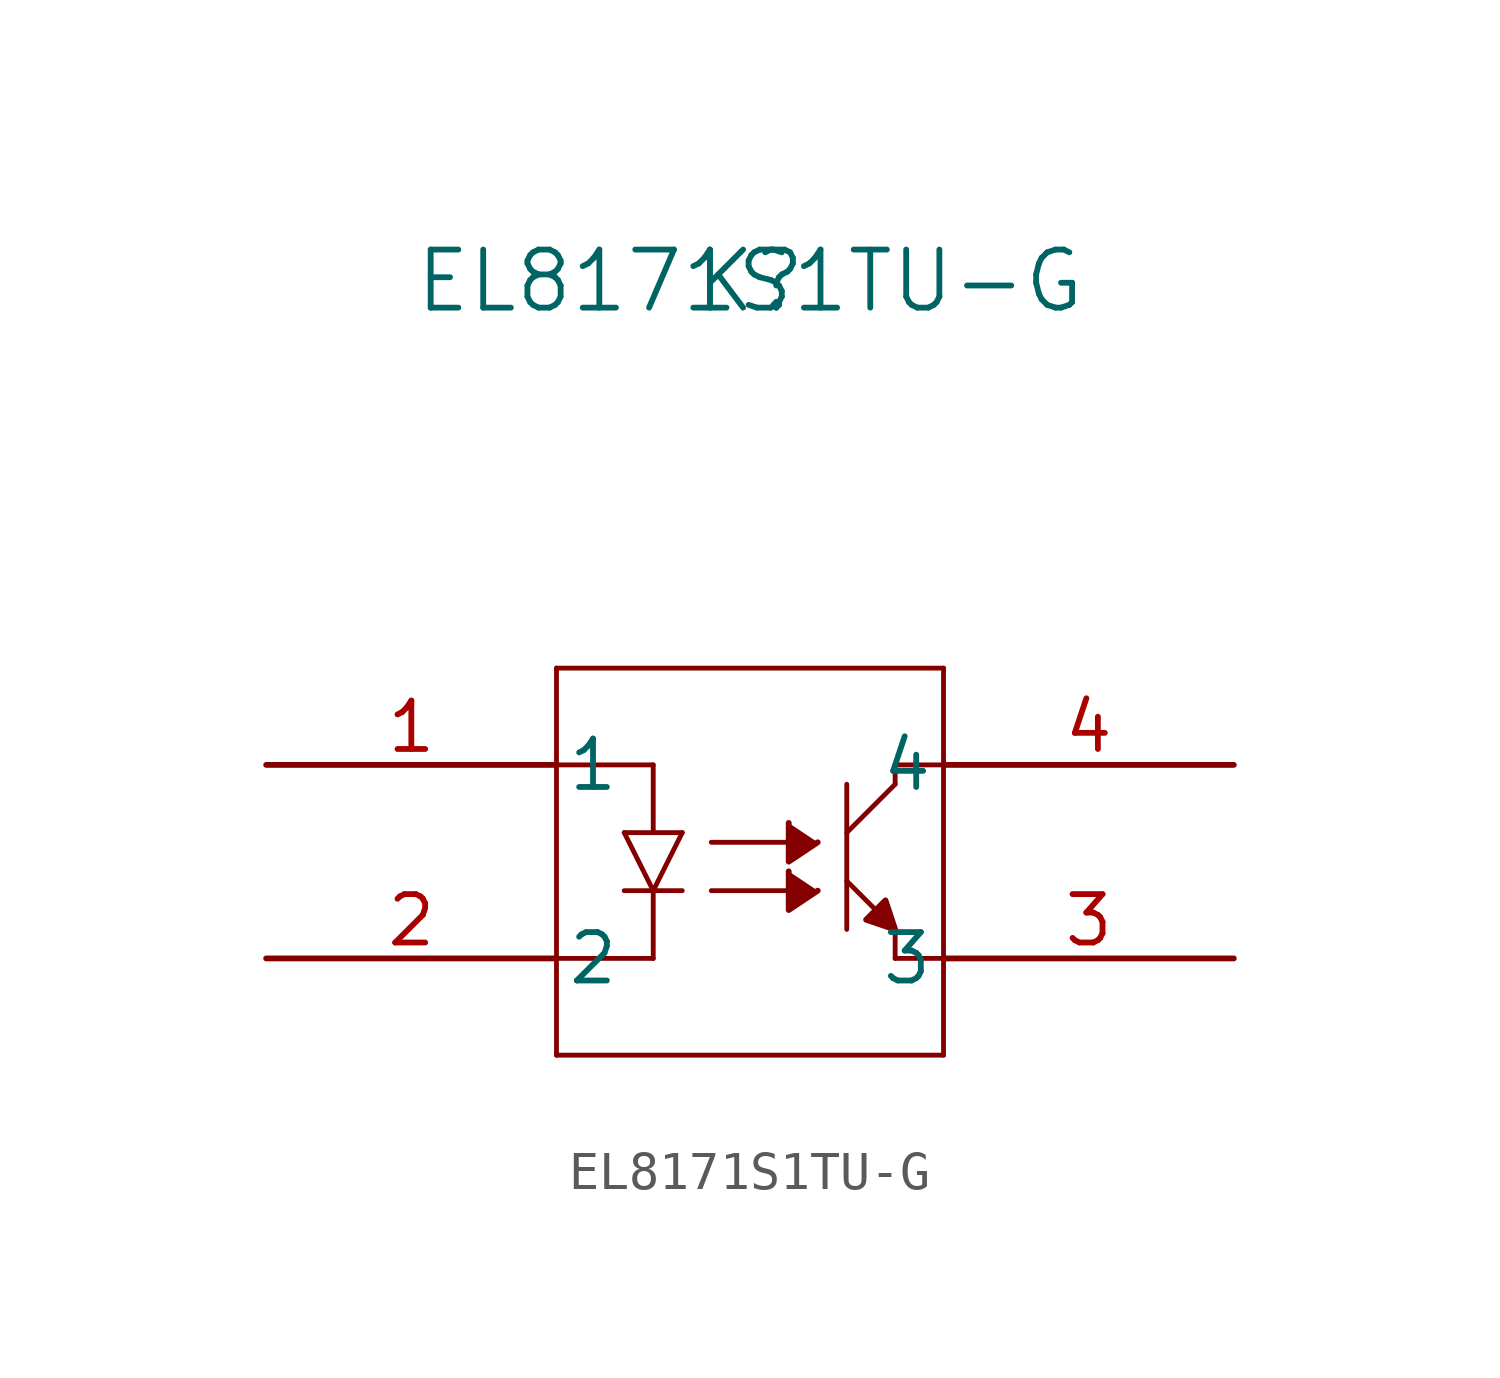
<source format=kicad_sym>
(kicad_symbol_lib
  (version 20211014)
  (generator kicad_symbol_editor)
  (symbol "EL8171S1TU-G"
    (pin_names
      (offset 0.254))
    (property "Reference" "K"
      (at 12.7 12.7 0)
      (effects (font (size 1.524 1.524))))
    (property "Value" "EL8171S1TU-G"
      (at 12.7 12.7 0)
      (effects (font (size 1.524 1.524))))
    (symbol "EL8171S1TU-G_0_1"
      (polyline (pts (xy 15.24 -4.318) (xy 15.24 -0.508)) (stroke (width 0.127) (type default) (color 0 0 0 0)) (fill (type none)))
      (polyline (pts (xy 15.24 -3.048) (xy 16.002 -3.81)) (stroke (width 0.127) (type default) (color 0 0 0 0)) (fill (type none)))
      (polyline (pts (xy 17.78 -5.08) (xy 16.51 -5.08)) (stroke (width 0.127) (type default) (color 0 0 0 0)) (fill (type none)))
      (polyline (pts (xy 17.78 2.54) (xy 17.78 -7.62)) (stroke (width 0.127) (type default) (color 0 0 0 0)) (fill (type none)))
      (polyline (pts (xy 16.51 -4.318) (xy 16.51 -5.08)) (stroke (width 0.127) (type default) (color 0 0 0 0)) (fill (type none)))
      (polyline (pts (xy 7.62 -7.62) (xy 17.78 -7.62)) (stroke (width 0.127) (type default) (color 0 0 0 0)) (fill (type none)))
      (polyline (pts (xy 15.24 -1.778) (xy 16.51 -0.508)) (stroke (width 0.127) (type default) (color 0 0 0 0)) (fill (type none)))
      (polyline (pts (xy 16.51 -0.508) (xy 16.51 0)) (stroke (width 0.127) (type default) (color 0 0 0 0)) (fill (type none)))
      (polyline (pts (xy 16.51 0) (xy 17.78 0)) (stroke (width 0.127) (type default) (color 0 0 0 0)) (fill (type none)))
      (polyline (pts (xy 7.62 -7.62) (xy 7.62 2.54)) (stroke (width 0.127) (type default) (color 0 0 0 0)) (fill (type none)))
      (polyline (pts (xy 10.16 0) (xy 7.62 0)) (stroke (width 0.127) (type default) (color 0 0 0 0)) (fill (type none)))
      (polyline (pts (xy 17.78 2.54) (xy 7.62 2.54)) (stroke (width 0.127) (type default) (color 0 0 0 0)) (fill (type none)))
      (polyline (pts (xy 9.398 -3.302) (xy 10.922 -3.302)) (stroke (width 0.127) (type default) (color 0 0 0 0)) (fill (type none)))
      (polyline (pts (xy 10.16 -3.302) (xy 10.922 -1.778)) (stroke (width 0.127) (type default) (color 0 0 0 0)) (fill (type none)))
      (polyline (pts (xy 10.922 -1.778) (xy 9.398 -1.778)) (stroke (width 0.127) (type default) (color 0 0 0 0)) (fill (type none)))
      (polyline (pts (xy 9.398 -1.778) (xy 10.16 -3.302)) (stroke (width 0.127) (type default) (color 0 0 0 0)) (fill (type none)))
      (polyline (pts (xy 10.16 -5.08) (xy 7.62 -5.08)) (stroke (width 0.127) (type default) (color 0 0 0 0)) (fill (type none)))
      (polyline (pts (xy 10.16 0) (xy 10.16 -1.778)) (stroke (width 0.127) (type default) (color 0 0 0 0)) (fill (type none)))
      (polyline (pts (xy 10.16 -3.302) (xy 10.16 -5.08)) (stroke (width 0.127) (type default) (color 0 0 0 0)) (fill (type none)))
      (polyline (pts (xy 11.684 -2.032) (xy 13.716 -2.032)) (stroke (width 0.127) (type default) (color 0 0 0 0)) (fill (type none)))
      (polyline (pts (xy 16.472 -4.311) (xy 15.748 -4.064) (xy 16.256 -3.556) (xy 16.51 -4.318)) (stroke (width 0) (type default) (color 0 0 0 0)) (fill (type outline)))
      (polyline (pts (xy 11.684 -3.302) (xy 13.716 -3.302)) (stroke (width 0.127) (type default) (color 0 0 0 0)) (fill (type none)))
      (polyline (pts (xy 13.716 -1.524) (xy 13.716 -2.54) (xy 14.478 -2.032)) (stroke (width 0) (type default) (color 0 0 0 0)) (fill (type outline)))
      (polyline (pts (xy 13.716 -2.794) (xy 13.716 -3.81) (xy 14.478 -3.302)) (stroke (width 0) (type default) (color 0 0 0 0)) (fill (type outline)))
      (pin unspecified line (at 0 0 0) (length 7.62) (name "1" (effects (font (size 1.27 1.27)))) (number "1" (effects (font (size 1.27 1.27)))))
      (pin unspecified line (at 0 -5.08 0) (length 7.62) (name "2" (effects (font (size 1.27 1.27)))) (number "2" (effects (font (size 1.27 1.27)))))
      (pin unspecified line (at 25.4 -5.08 180) (length 7.62) (name "3" (effects (font (size 1.27 1.27)))) (number "3" (effects (font (size 1.27 1.27)))))
      (pin unspecified line (at 25.4 0 180) (length 7.62) (name "4" (effects (font (size 1.27 1.27)))) (number "4" (effects (font (size 1.27 1.27))))))))
</source>
